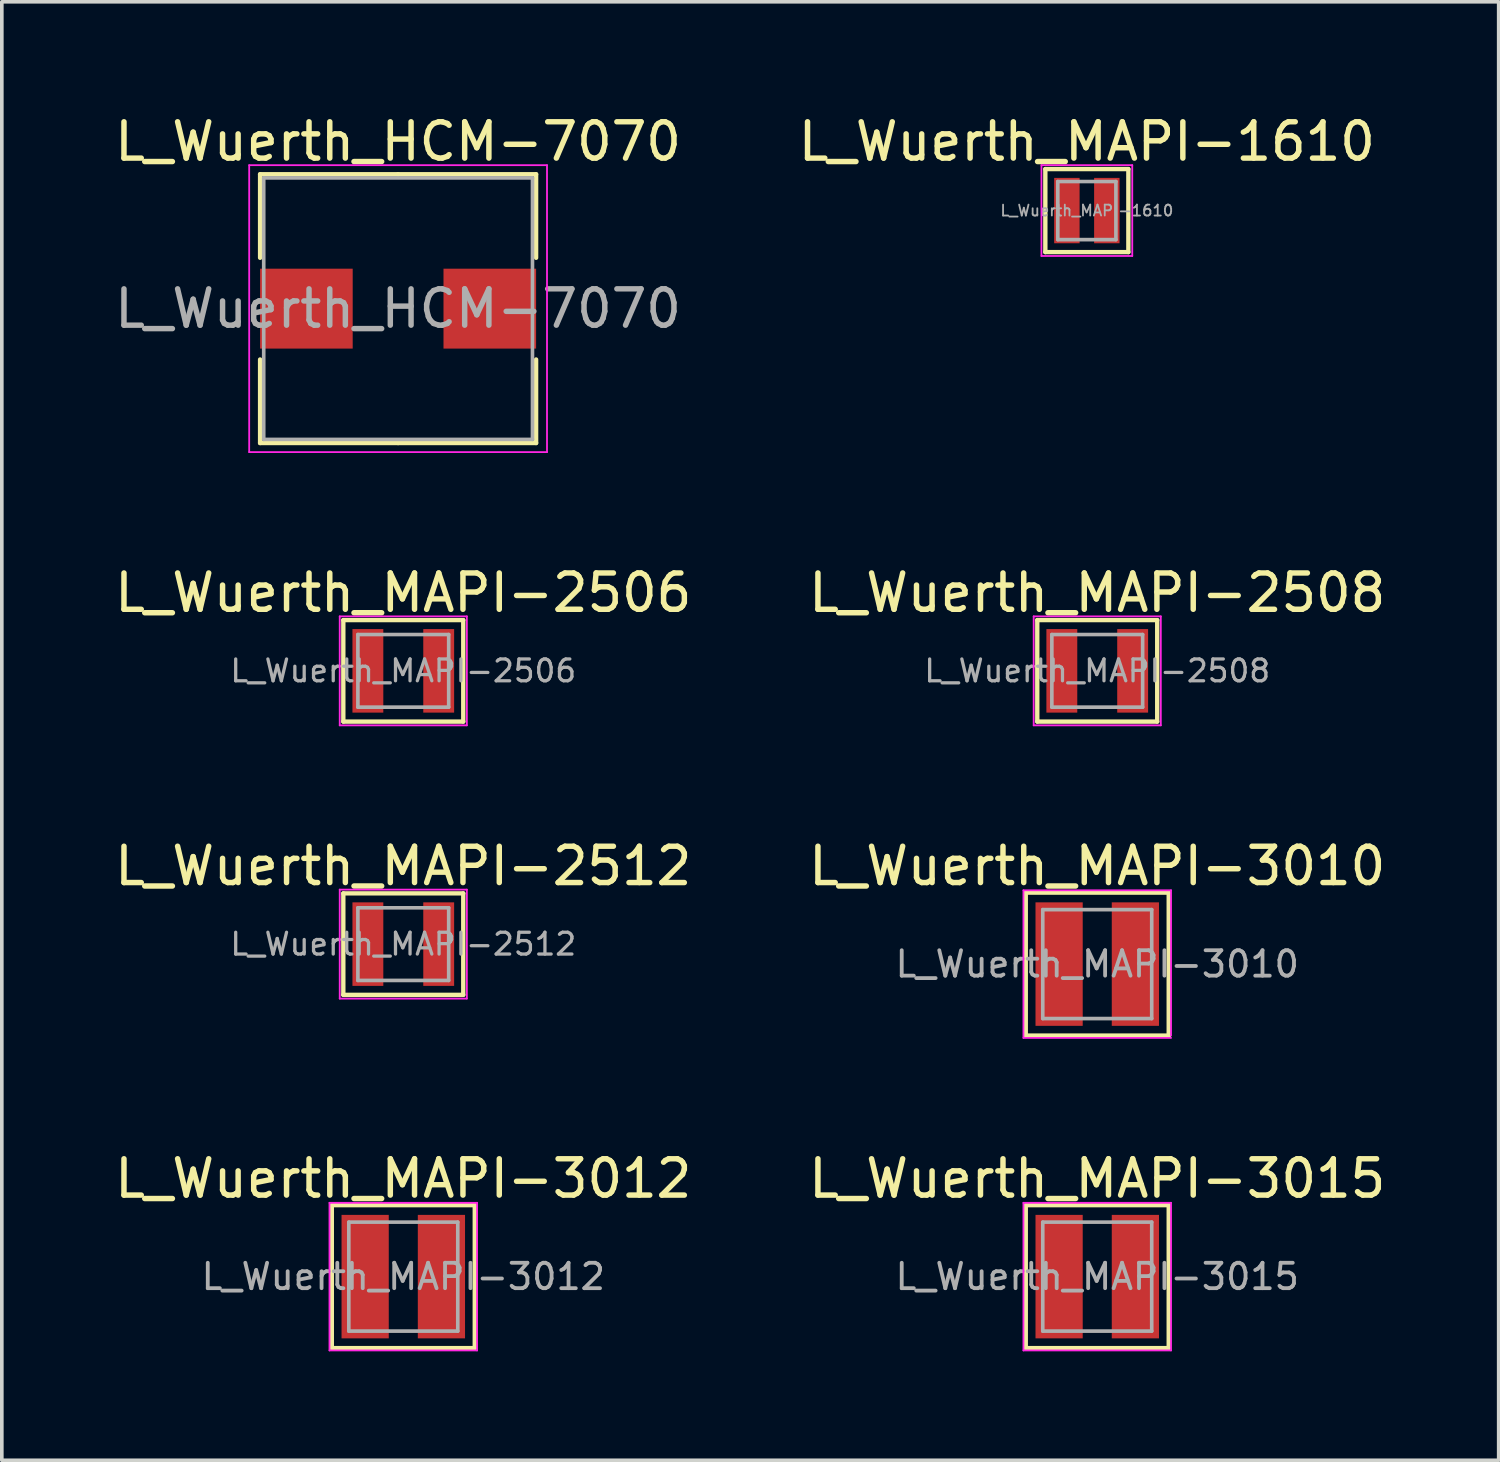
<source format=kicad_pcb>
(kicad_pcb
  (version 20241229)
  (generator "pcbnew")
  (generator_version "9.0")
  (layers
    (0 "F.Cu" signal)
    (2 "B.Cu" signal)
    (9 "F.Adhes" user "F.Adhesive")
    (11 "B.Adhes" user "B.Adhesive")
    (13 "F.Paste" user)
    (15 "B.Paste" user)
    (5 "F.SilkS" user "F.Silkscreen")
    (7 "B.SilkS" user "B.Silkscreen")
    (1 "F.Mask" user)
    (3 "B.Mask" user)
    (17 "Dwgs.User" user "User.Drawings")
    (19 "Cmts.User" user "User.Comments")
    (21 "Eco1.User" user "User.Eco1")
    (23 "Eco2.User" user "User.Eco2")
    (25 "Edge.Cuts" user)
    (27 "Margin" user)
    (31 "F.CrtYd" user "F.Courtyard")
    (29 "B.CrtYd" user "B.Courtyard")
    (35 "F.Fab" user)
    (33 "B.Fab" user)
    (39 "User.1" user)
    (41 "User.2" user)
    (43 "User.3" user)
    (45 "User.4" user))
  (footprint "L_Wuerth_MAPI-2512"
    (layer "F.Cu")
    (at 8.054 22.945)
    (property "Reference" "L_Wuerth_MAPI-2512" (at 0 -2.15 0) (layer "F.SilkS") (effects (font (size 1 1) (thickness 0.15))))
    (attr smd)
    (fp_line (start -1.651 -1.397) (end -1.651 1.397) (stroke (width 0.12) (type solid)) (layer "F.SilkS"))
    (fp_line (start -1.651 1.397) (end 1.651 1.397) (stroke (width 0.12) (type solid)) (layer "F.SilkS"))
    (fp_line (start 1.651 -1.397) (end -1.651 -1.397) (stroke (width 0.12) (type solid)) (layer "F.SilkS"))
    (fp_line (start 1.651 1.397) (end 1.651 -1.397) (stroke (width 0.12) (type solid)) (layer "F.SilkS"))
    (fp_line (start -1.75 -1.5) (end -1.75 1.5) (stroke (width 0.05) (type solid)) (layer "F.CrtYd"))
    (fp_line (start -1.75 1.5) (end 1.75 1.5) (stroke (width 0.05) (type solid)) (layer "F.CrtYd"))
    (fp_line (start 1.75 -1.5) (end -1.75 -1.5) (stroke (width 0.05) (type solid)) (layer "F.CrtYd"))
    (fp_line (start 1.75 1.5) (end 1.75 -1.5) (stroke (width 0.05) (type solid)) (layer "F.CrtYd"))
    (fp_line (start -1.25 -1) (end -1.25 1) (stroke (width 0.1) (type solid)) (layer "F.Fab"))
    (fp_line (start -1.25 1) (end 1.25 1) (stroke (width 0.1) (type solid)) (layer "F.Fab"))
    (fp_line (start 1.25 -1) (end -1.25 -1) (stroke (width 0.1) (type solid)) (layer "F.Fab"))
    (fp_line (start 1.25 1) (end 1.25 -1) (stroke (width 0.1) (type solid)) (layer "F.Fab"))
    (fp_text user "${REFERENCE}" (at 0 0 0) (layer "F.Fab") (effects (font (size 0.6 0.6) (thickness 0.09))))
    (pad "1" smd rect (at -0.975 0) (size 0.85 2.3) (layers "F.Cu" "F.Mask" "F.Paste"))
    (pad "2" smd rect (at 0.975 0) (size 0.85 2.3) (layers "F.Cu" "F.Mask" "F.Paste")))
  (footprint "L_Wuerth_MAPI-3015"
    (layer "F.Cu")
    (at 27.161 32.1)
    (property "Reference" "L_Wuerth_MAPI-3015" (at 0 -2.7 0) (layer "F.SilkS") (effects (font (size 1 1) (thickness 0.15))))
    (attr smd)
    (fp_line (start -1.968 -1.968) (end -1.968 1.968) (stroke (width 0.12) (type solid)) (layer "F.SilkS"))
    (fp_line (start -1.968 1.968) (end 1.968 1.968) (stroke (width 0.12) (type solid)) (layer "F.SilkS"))
    (fp_line (start 1.968 -1.968) (end -1.968 -1.968) (stroke (width 0.12) (type solid)) (layer "F.SilkS"))
    (fp_line (start 1.968 1.968) (end 1.968 -1.968) (stroke (width 0.12) (type solid)) (layer "F.SilkS"))
    (fp_line (start -2.032 -2.032) (end -2.032 2.032) (stroke (width 0.05) (type solid)) (layer "F.CrtYd"))
    (fp_line (start -2.032 2.032) (end 2.032 2.032) (stroke (width 0.05) (type solid)) (layer "F.CrtYd"))
    (fp_line (start 2.032 -2.032) (end -2.032 -2.032) (stroke (width 0.05) (type solid)) (layer "F.CrtYd"))
    (fp_line (start 2.032 2.032) (end 2.032 -2.032) (stroke (width 0.05) (type solid)) (layer "F.CrtYd"))
    (fp_line (start -1.5 -1.5) (end -1.5 1.5) (stroke (width 0.1) (type solid)) (layer "F.Fab"))
    (fp_line (start -1.5 1.5) (end 1.5 1.5) (stroke (width 0.1) (type solid)) (layer "F.Fab"))
    (fp_line (start 1.5 -1.5) (end -1.5 -1.5) (stroke (width 0.1) (type solid)) (layer "F.Fab"))
    (fp_line (start 1.5 1.5) (end 1.5 -1.5) (stroke (width 0.1) (type solid)) (layer "F.Fab"))
    (fp_text user "${REFERENCE}" (at 0 0 0) (layer "F.Fab") (effects (font (size 0.7 0.7) (thickness 0.105))))
    (pad "1" smd rect (at -1.05 0) (size 1.3 3.4) (layers "F.Cu" "F.Mask" "F.Paste"))
    (pad "2" smd rect (at 1.05 0) (size 1.3 3.4) (layers "F.Cu" "F.Mask" "F.Paste")))
  (footprint "L_Wuerth_MAPI-3012"
    (layer "F.Cu")
    (at 8.054 32.1)
    (property "Reference" "L_Wuerth_MAPI-3012" (at 0 -2.7 0) (layer "F.SilkS") (effects (font (size 1 1) (thickness 0.15))))
    (attr smd)
    (fp_line (start -1.968 -1.968) (end -1.968 1.968) (stroke (width 0.12) (type solid)) (layer "F.SilkS"))
    (fp_line (start -1.968 1.968) (end 1.968 1.968) (stroke (width 0.12) (type solid)) (layer "F.SilkS"))
    (fp_line (start 1.968 -1.968) (end -1.968 -1.968) (stroke (width 0.12) (type solid)) (layer "F.SilkS"))
    (fp_line (start 1.968 1.968) (end 1.968 -1.968) (stroke (width 0.12) (type solid)) (layer "F.SilkS"))
    (fp_line (start -2.032 -2.032) (end -2.032 2.032) (stroke (width 0.05) (type solid)) (layer "F.CrtYd"))
    (fp_line (start -2.032 2.032) (end 2.032 2.032) (stroke (width 0.05) (type solid)) (layer "F.CrtYd"))
    (fp_line (start 2.032 -2.032) (end -2.032 -2.032) (stroke (width 0.05) (type solid)) (layer "F.CrtYd"))
    (fp_line (start 2.032 2.032) (end 2.032 -2.032) (stroke (width 0.05) (type solid)) (layer "F.CrtYd"))
    (fp_line (start -1.5 -1.5) (end -1.5 1.5) (stroke (width 0.1) (type solid)) (layer "F.Fab"))
    (fp_line (start -1.5 1.5) (end 1.5 1.5) (stroke (width 0.1) (type solid)) (layer "F.Fab"))
    (fp_line (start 1.5 -1.5) (end -1.5 -1.5) (stroke (width 0.1) (type solid)) (layer "F.Fab"))
    (fp_line (start 1.5 1.5) (end 1.5 -1.5) (stroke (width 0.1) (type solid)) (layer "F.Fab"))
    (fp_text user "${REFERENCE}" (at 0 0 0) (layer "F.Fab") (effects (font (size 0.7 0.7) (thickness 0.105))))
    (pad "1" smd rect (at -1.05 0) (size 1.3 3.4) (layers "F.Cu" "F.Mask" "F.Paste"))
    (pad "2" smd rect (at 1.05 0) (size 1.3 3.4) (layers "F.Cu" "F.Mask" "F.Paste")))
  (footprint "L_Wuerth_MAPI-1610"
    (layer "F.Cu")
    (at 26.875 2.748)
    (property "Reference" "L_Wuerth_MAPI-1610" (at 0 -1.9 0) (layer "F.SilkS") (effects (font (size 1 1) (thickness 0.15))))
    (attr smd)
    (fp_line (start -1.143 -1.143) (end -1.143 1.143) (stroke (width 0.12) (type solid)) (layer "F.SilkS"))
    (fp_line (start -1.143 1.143) (end 1.143 1.143) (stroke (width 0.12) (type solid)) (layer "F.SilkS"))
    (fp_line (start 1.143 -1.143) (end -1.143 -1.143) (stroke (width 0.12) (type solid)) (layer "F.SilkS"))
    (fp_line (start 1.143 1.143) (end 1.143 -1.143) (stroke (width 0.12) (type solid)) (layer "F.SilkS"))
    (fp_line (start -1.25 -1.25) (end -1.25 1.25) (stroke (width 0.05) (type solid)) (layer "F.CrtYd"))
    (fp_line (start -1.25 1.25) (end 1.25 1.25) (stroke (width 0.05) (type solid)) (layer "F.CrtYd"))
    (fp_line (start 1.25 -1.25) (end -1.25 -1.25) (stroke (width 0.05) (type solid)) (layer "F.CrtYd"))
    (fp_line (start 1.25 1.25) (end 1.25 -1.25) (stroke (width 0.05) (type solid)) (layer "F.CrtYd"))
    (fp_line (start -0.8 -0.8) (end -0.8 0.8) (stroke (width 0.1) (type solid)) (layer "F.Fab"))
    (fp_line (start -0.8 0.8) (end 0.8 0.8) (stroke (width 0.1) (type solid)) (layer "F.Fab"))
    (fp_line (start 0.8 -0.8) (end -0.8 -0.8) (stroke (width 0.1) (type solid)) (layer "F.Fab"))
    (fp_line (start 0.8 0.8) (end 0.8 -0.8) (stroke (width 0.1) (type solid)) (layer "F.Fab"))
    (fp_text user "${REFERENCE}" (at 0 0 0) (layer "F.Fab") (effects (font (size 0.3 0.3) (thickness 0.05))))
    (pad "1" smd rect (at -0.55 0) (size 0.7 1.8) (layers "F.Cu" "F.Mask" "F.Paste"))
    (pad "2" smd rect (at 0.55 0) (size 0.7 1.8) (layers "F.Cu" "F.Mask" "F.Paste")))
  (footprint "L_Wuerth_MAPI-2506"
    (layer "F.Cu")
    (at 8.054 15.421)
    (property "Reference" "L_Wuerth_MAPI-2506" (at 0 -2.15 0) (layer "F.SilkS") (effects (font (size 1 1) (thickness 0.15))))
    (attr smd)
    (fp_line (start -1.651 -1.397) (end -1.651 1.397) (stroke (width 0.12) (type solid)) (layer "F.SilkS"))
    (fp_line (start -1.651 1.397) (end 1.651 1.397) (stroke (width 0.12) (type solid)) (layer "F.SilkS"))
    (fp_line (start 1.651 -1.397) (end -1.651 -1.397) (stroke (width 0.12) (type solid)) (layer "F.SilkS"))
    (fp_line (start 1.651 1.397) (end 1.651 -1.397) (stroke (width 0.12) (type solid)) (layer "F.SilkS"))
    (fp_line (start -1.75 -1.5) (end -1.75 1.5) (stroke (width 0.05) (type solid)) (layer "F.CrtYd"))
    (fp_line (start -1.75 1.5) (end 1.75 1.5) (stroke (width 0.05) (type solid)) (layer "F.CrtYd"))
    (fp_line (start 1.75 -1.5) (end -1.75 -1.5) (stroke (width 0.05) (type solid)) (layer "F.CrtYd"))
    (fp_line (start 1.75 1.5) (end 1.75 -1.5) (stroke (width 0.05) (type solid)) (layer "F.CrtYd"))
    (fp_line (start -1.25 -1) (end -1.25 1) (stroke (width 0.1) (type solid)) (layer "F.Fab"))
    (fp_line (start -1.25 1) (end 1.25 1) (stroke (width 0.1) (type solid)) (layer "F.Fab"))
    (fp_line (start 1.25 -1) (end -1.25 -1) (stroke (width 0.1) (type solid)) (layer "F.Fab"))
    (fp_line (start 1.25 1) (end 1.25 -1) (stroke (width 0.1) (type solid)) (layer "F.Fab"))
    (fp_text user "${REFERENCE}" (at 0 0 0) (layer "F.Fab") (effects (font (size 0.6 0.6) (thickness 0.09))))
    (pad "1" smd rect (at -0.975 0) (size 0.85 2.3) (layers "F.Cu" "F.Mask" "F.Paste"))
    (pad "2" smd rect (at 0.975 0) (size 0.85 2.3) (layers "F.Cu" "F.Mask" "F.Paste")))
  (footprint "L_Wuerth_MAPI-2508"
    (layer "F.Cu")
    (at 27.161 15.421)
    (property "Reference" "L_Wuerth_MAPI-2508" (at 0 -2.15 0) (layer "F.SilkS") (effects (font (size 1 1) (thickness 0.15))))
    (attr smd)
    (fp_line (start -1.651 -1.397) (end -1.651 1.397) (stroke (width 0.12) (type solid)) (layer "F.SilkS"))
    (fp_line (start -1.651 1.397) (end 1.651 1.397) (stroke (width 0.12) (type solid)) (layer "F.SilkS"))
    (fp_line (start 1.651 -1.397) (end -1.651 -1.397) (stroke (width 0.12) (type solid)) (layer "F.SilkS"))
    (fp_line (start 1.651 1.397) (end 1.651 -1.397) (stroke (width 0.12) (type solid)) (layer "F.SilkS"))
    (fp_line (start -1.75 -1.5) (end -1.75 1.5) (stroke (width 0.05) (type solid)) (layer "F.CrtYd"))
    (fp_line (start -1.75 1.5) (end 1.75 1.5) (stroke (width 0.05) (type solid)) (layer "F.CrtYd"))
    (fp_line (start 1.75 -1.5) (end -1.75 -1.5) (stroke (width 0.05) (type solid)) (layer "F.CrtYd"))
    (fp_line (start 1.75 1.5) (end 1.75 -1.5) (stroke (width 0.05) (type solid)) (layer "F.CrtYd"))
    (fp_line (start -1.25 -1) (end -1.25 1) (stroke (width 0.1) (type solid)) (layer "F.Fab"))
    (fp_line (start -1.25 1) (end 1.25 1) (stroke (width 0.1) (type solid)) (layer "F.Fab"))
    (fp_line (start 1.25 -1) (end -1.25 -1) (stroke (width 0.1) (type solid)) (layer "F.Fab"))
    (fp_line (start 1.25 1) (end 1.25 -1) (stroke (width 0.1) (type solid)) (layer "F.Fab"))
    (fp_text user "${REFERENCE}" (at 0 0 0) (layer "F.Fab") (effects (font (size 0.6 0.6) (thickness 0.09))))
    (pad "1" smd rect (at -0.975 0) (size 0.85 2.3) (layers "F.Cu" "F.Mask" "F.Paste"))
    (pad "2" smd rect (at 0.975 0) (size 0.85 2.3) (layers "F.Cu" "F.Mask" "F.Paste")))
  (footprint "L_Wuerth_HCM-7070"
    (layer "F.Cu")
    (at 7.911 5.448)
    (property "Reference" "L_Wuerth_HCM-7070" (at 0 -4.6 0) (layer "F.SilkS") (effects (font (size 1 1) (thickness 0.15))))
    (attr smd)
    (fp_line (start -3.8 -3.7) (end 0 -3.7) (stroke (width 0.12) (type solid)) (layer "F.SilkS"))
    (fp_line (start -3.8 -1.4) (end -3.8 -3.7) (stroke (width 0.12) (type solid)) (layer "F.SilkS"))
    (fp_line (start -3.8 1.4) (end -3.8 3.7) (stroke (width 0.12) (type solid)) (layer "F.SilkS"))
    (fp_line (start -3.8 3.7) (end 0 3.7) (stroke (width 0.12) (type solid)) (layer "F.SilkS"))
    (fp_line (start 3.8 -3.7) (end 0 -3.7) (stroke (width 0.12) (type solid)) (layer "F.SilkS"))
    (fp_line (start 3.8 -1.4) (end 3.8 -3.7) (stroke (width 0.12) (type solid)) (layer "F.SilkS"))
    (fp_line (start 3.8 1.4) (end 3.8 3.7) (stroke (width 0.12) (type solid)) (layer "F.SilkS"))
    (fp_line (start 3.8 3.7) (end 0 3.7) (stroke (width 0.12) (type solid)) (layer "F.SilkS"))
    (fp_line (start -4.1 -3.95) (end -4.1 3.95) (stroke (width 0.05) (type solid)) (layer "F.CrtYd"))
    (fp_line (start -4.1 3.95) (end 4.1 3.95) (stroke (width 0.05) (type solid)) (layer "F.CrtYd"))
    (fp_line (start 4.1 -3.95) (end -4.1 -3.95) (stroke (width 0.05) (type solid)) (layer "F.CrtYd"))
    (fp_line (start 4.1 3.95) (end 4.1 -3.95) (stroke (width 0.05) (type solid)) (layer "F.CrtYd"))
    (fp_line (start -3.7 -3.6) (end -3.7 3.6) (stroke (width 0.1) (type solid)) (layer "F.Fab"))
    (fp_line (start -3.7 3.6) (end 3.7 3.6) (stroke (width 0.1) (type solid)) (layer "F.Fab"))
    (fp_line (start 3.7 -3.6) (end -3.7 -3.6) (stroke (width 0.1) (type solid)) (layer "F.Fab"))
    (fp_line (start 3.7 3.6) (end 3.7 -3.6) (stroke (width 0.1) (type solid)) (layer "F.Fab"))
    (fp_text user "${REFERENCE}" (at 0 0 0) (layer "F.Fab") (effects (font (size 1 1) (thickness 0.15))))
    (pad "1" smd rect (at -2.525 0) (size 2.55 2.2) (layers "F.Cu" "F.Mask" "F.Paste"))
    (pad "2" smd rect (at 2.525 0) (size 2.55 2.2) (layers "F.Cu" "F.Mask" "F.Paste")))
  (footprint "L_Wuerth_MAPI-3010"
    (layer "F.Cu")
    (at 27.161 23.495)
    (property "Reference" "L_Wuerth_MAPI-3010" (at 0 -2.7 0) (layer "F.SilkS") (effects (font (size 1 1) (thickness 0.15))))
    (attr smd)
    (fp_line (start -1.968 -1.968) (end -1.968 1.968) (stroke (width 0.12) (type solid)) (layer "F.SilkS"))
    (fp_line (start -1.968 1.968) (end 1.968 1.968) (stroke (width 0.12) (type solid)) (layer "F.SilkS"))
    (fp_line (start 1.968 -1.968) (end -1.968 -1.968) (stroke (width 0.12) (type solid)) (layer "F.SilkS"))
    (fp_line (start 1.968 1.968) (end 1.968 -1.968) (stroke (width 0.12) (type solid)) (layer "F.SilkS"))
    (fp_line (start -2.032 -2.032) (end -2.032 2.032) (stroke (width 0.05) (type solid)) (layer "F.CrtYd"))
    (fp_line (start -2.032 2.032) (end 2.032 2.032) (stroke (width 0.05) (type solid)) (layer "F.CrtYd"))
    (fp_line (start 2.032 -2.032) (end -2.032 -2.032) (stroke (width 0.05) (type solid)) (layer "F.CrtYd"))
    (fp_line (start 2.032 1.968) (end 2.032 -2.032) (stroke (width 0.05) (type solid)) (layer "F.CrtYd"))
    (fp_line (start -1.5 -1.5) (end -1.5 1.5) (stroke (width 0.1) (type solid)) (layer "F.Fab"))
    (fp_line (start -1.5 1.5) (end 1.5 1.5) (stroke (width 0.1) (type solid)) (layer "F.Fab"))
    (fp_line (start 1.5 -1.5) (end -1.5 -1.5) (stroke (width 0.1) (type solid)) (layer "F.Fab"))
    (fp_line (start 1.5 1.5) (end 1.5 -1.5) (stroke (width 0.1) (type solid)) (layer "F.Fab"))
    (fp_text user "${REFERENCE}" (at 0 0 0) (layer "F.Fab") (effects (font (size 0.7 0.7) (thickness 0.105))))
    (pad "1" smd rect (at -1.05 0) (size 1.3 3.4) (layers "F.Cu" "F.Mask" "F.Paste"))
    (pad "2" smd rect (at 1.05 0) (size 1.3 3.4) (layers "F.Cu" "F.Mask" "F.Paste")))
  (gr_rect
    (start -3 -3)
    (end 38.214 37.157)
    (stroke (width 0.1) (type default))
    (fill no)
    (layer "Edge.Cuts")))
</source>
